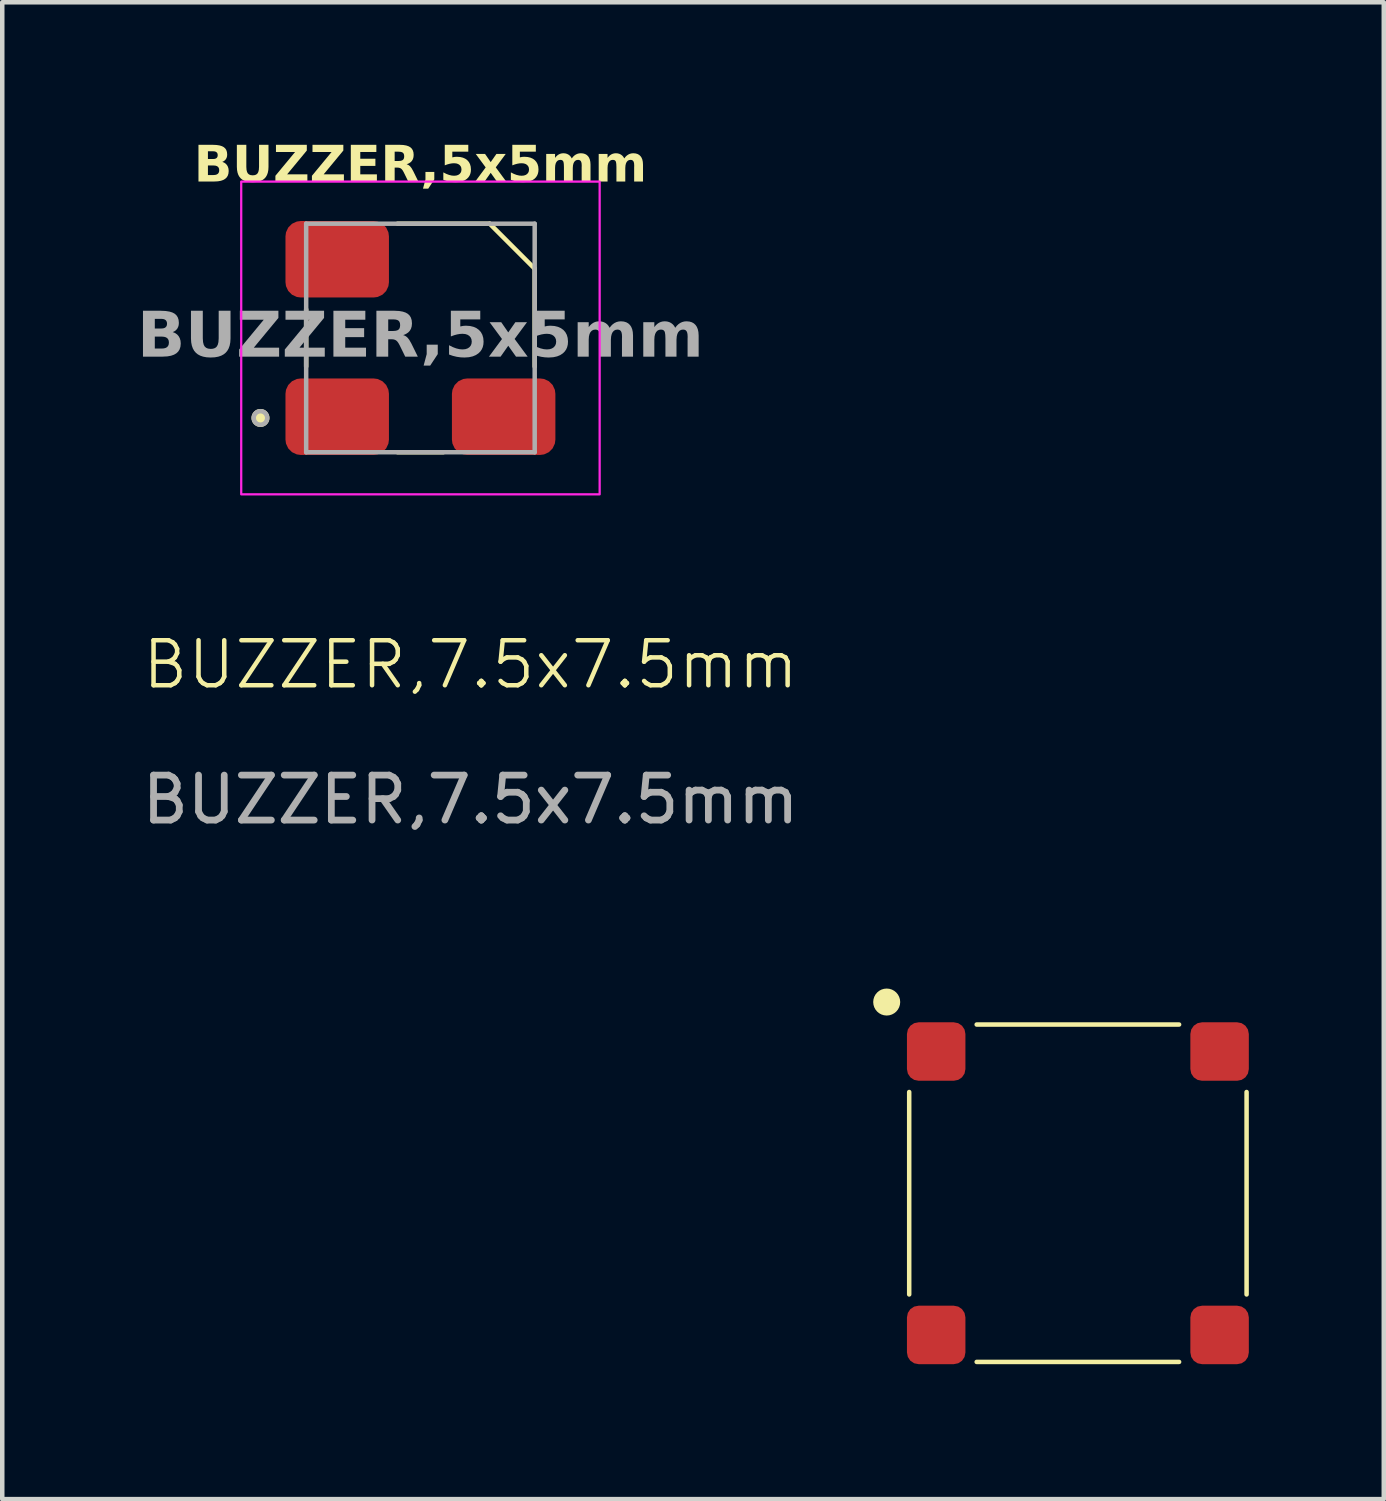
<source format=kicad_pcb>
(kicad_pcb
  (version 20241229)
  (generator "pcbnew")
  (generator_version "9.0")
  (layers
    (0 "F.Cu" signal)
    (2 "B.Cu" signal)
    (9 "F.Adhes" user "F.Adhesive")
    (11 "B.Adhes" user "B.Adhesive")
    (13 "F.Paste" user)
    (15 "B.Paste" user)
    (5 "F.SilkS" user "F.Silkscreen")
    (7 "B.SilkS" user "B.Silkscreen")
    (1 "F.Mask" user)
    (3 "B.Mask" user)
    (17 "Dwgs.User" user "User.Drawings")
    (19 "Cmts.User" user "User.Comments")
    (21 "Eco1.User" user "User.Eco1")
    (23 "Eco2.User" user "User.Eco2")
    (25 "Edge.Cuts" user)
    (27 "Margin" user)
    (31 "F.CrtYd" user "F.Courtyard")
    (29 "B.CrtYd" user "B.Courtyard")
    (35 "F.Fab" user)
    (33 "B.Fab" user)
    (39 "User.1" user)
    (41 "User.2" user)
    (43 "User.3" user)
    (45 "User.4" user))
  (footprint "BUZZER,7.5x7.5mm"
    (layer "F.Cu")
    (at 20.911 23.475)
    (property "Reference" "BUZZER,7.5x7.5mm" (at -13.5 -11.75 0) (unlocked yes) (layer "F.SilkS") (effects (font (size 1 1) (thickness 0.1))))
    (attr smd)
    (fp_line (start -3.75 2.25) (end -3.75 -2.25) (stroke (width 0.1) (type default)) (layer "F.SilkS"))
    (fp_line (start -2.25 -3.75) (end 2.25 -3.75) (stroke (width 0.1) (type default)) (layer "F.SilkS"))
    (fp_line (start -2.25 3.75) (end 2.25 3.75) (stroke (width 0.1) (type default)) (layer "F.SilkS"))
    (fp_line (start 3.75 2.25) (end 3.75 -2.25) (stroke (width 0.1) (type default)) (layer "F.SilkS"))
    (fp_circle (center -4.25 -4.25) (end -4 -4.25) (stroke (width 0.1) (type solid)) (fill yes) (layer "F.SilkS"))
    (fp_text user "${REFERENCE}" (at -13.5 -8.75 0) (unlocked yes) (layer "F.Fab") (effects (font (size 1 1) (thickness 0.15))))
    (pad "1" smd roundrect (at -3.15 -3.15 180) (size 1.3 1.3) (layers "F.Cu" "F.Mask" "F.Paste") (roundrect_rratio 0.2))
    (pad "2" smd roundrect (at -3.15 3.15 180) (size 1.3 1.3) (layers "F.Cu" "F.Mask" "F.Paste") (roundrect_rratio 0.2))
    (pad "3" smd roundrect (at 3.15 -3.15 180) (size 1.3 1.3) (layers "F.Cu" "F.Mask" "F.Paste") (roundrect_rratio 0.2))
    (pad "3" smd roundrect (at 3.15 3.15 180) (size 1.3 1.3) (layers "F.Cu" "F.Mask" "F.Paste") (roundrect_rratio 0.2)))
  (footprint "BUZZER,5x5mm"
    (layer "F.Cu")
    (at 6.296 4.463)
    (property "Reference" "BUZZER,5x5mm" (at 0 -3.81 0) (unlocked yes) (layer "F.SilkS") (effects (font (face "JetBrains Mono SemiBold") (size 0.8 0.8) (thickness 0.1))))
    (attr smd)
    (fp_line (start -2.54 0.635) (end -2.54 -0.635) (stroke (width 0.1) (type default)) (layer "F.SilkS"))
    (fp_line (start -0.508 -2.54) (end 1.54 -2.54) (stroke (width 0.1) (type default)) (layer "F.SilkS"))
    (fp_line (start 0.508 2.54) (end -0.508 2.54) (stroke (width 0.1) (type default)) (layer "F.SilkS"))
    (fp_line (start 2.54 -1.54) (end 1.54 -2.54) (stroke (width 0.1) (type default)) (layer "F.SilkS"))
    (fp_line (start 2.54 0.635) (end 2.54 -1.54) (stroke (width 0.1) (type default)) (layer "F.SilkS"))
    (fp_circle (center -3.556 1.778) (end -3.406 1.778) (stroke (width 0.1) (type solid)) (fill yes) (layer "F.SilkS"))
    (fp_rect (start -3.984 -3.476) (end 3.984 3.476) (stroke (width 0.05) (type default)) (fill no) (layer "F.CrtYd"))
    (fp_line (start -2.54 -2.54) (end 2.54 -2.54) (stroke (width 0.1) (type default)) (layer "F.Fab"))
    (fp_line (start -2.54 2.54) (end -2.54 -2.54) (stroke (width 0.1) (type default)) (layer "F.Fab"))
    (fp_line (start 2.54 2.54) (end -2.54 2.54) (stroke (width 0.1) (type default)) (layer "F.Fab"))
    (fp_line (start 2.54 2.54) (end 2.54 -2.54) (stroke (width 0.1) (type default)) (layer "F.Fab"))
    (fp_circle (center -3.556 1.778) (end -3.406 1.778) (stroke (width 0.1) (type solid)) (fill no) (layer "F.Fab"))
    (fp_text user "${REFERENCE}" (at 0 0 0) (unlocked yes) (layer "F.Fab") (effects (font (face "JetBrains Mono SemiBold") (size 1 1) (thickness 0.15))))
    (pad "" smd roundrect (at -1.85 -1.75 180) (size 2.3 1.7) (layers "F.Cu" "F.Mask" "F.Paste") (roundrect_rratio 0.2))
    (pad "1" smd roundrect (at -1.85 1.75 180) (size 2.3 1.7) (layers "F.Cu" "F.Mask" "F.Paste") (roundrect_rratio 0.2))
    (pad "2" smd roundrect (at 1.85 1.75 180) (size 2.3 1.7) (layers "F.Cu" "F.Mask" "F.Paste") (roundrect_rratio 0.2)))
  (gr_rect
    (start -3 -3)
    (end 27.711 30.275)
    (stroke (width 0.1) (type default))
    (fill no)
    (layer "Edge.Cuts")))
</source>
